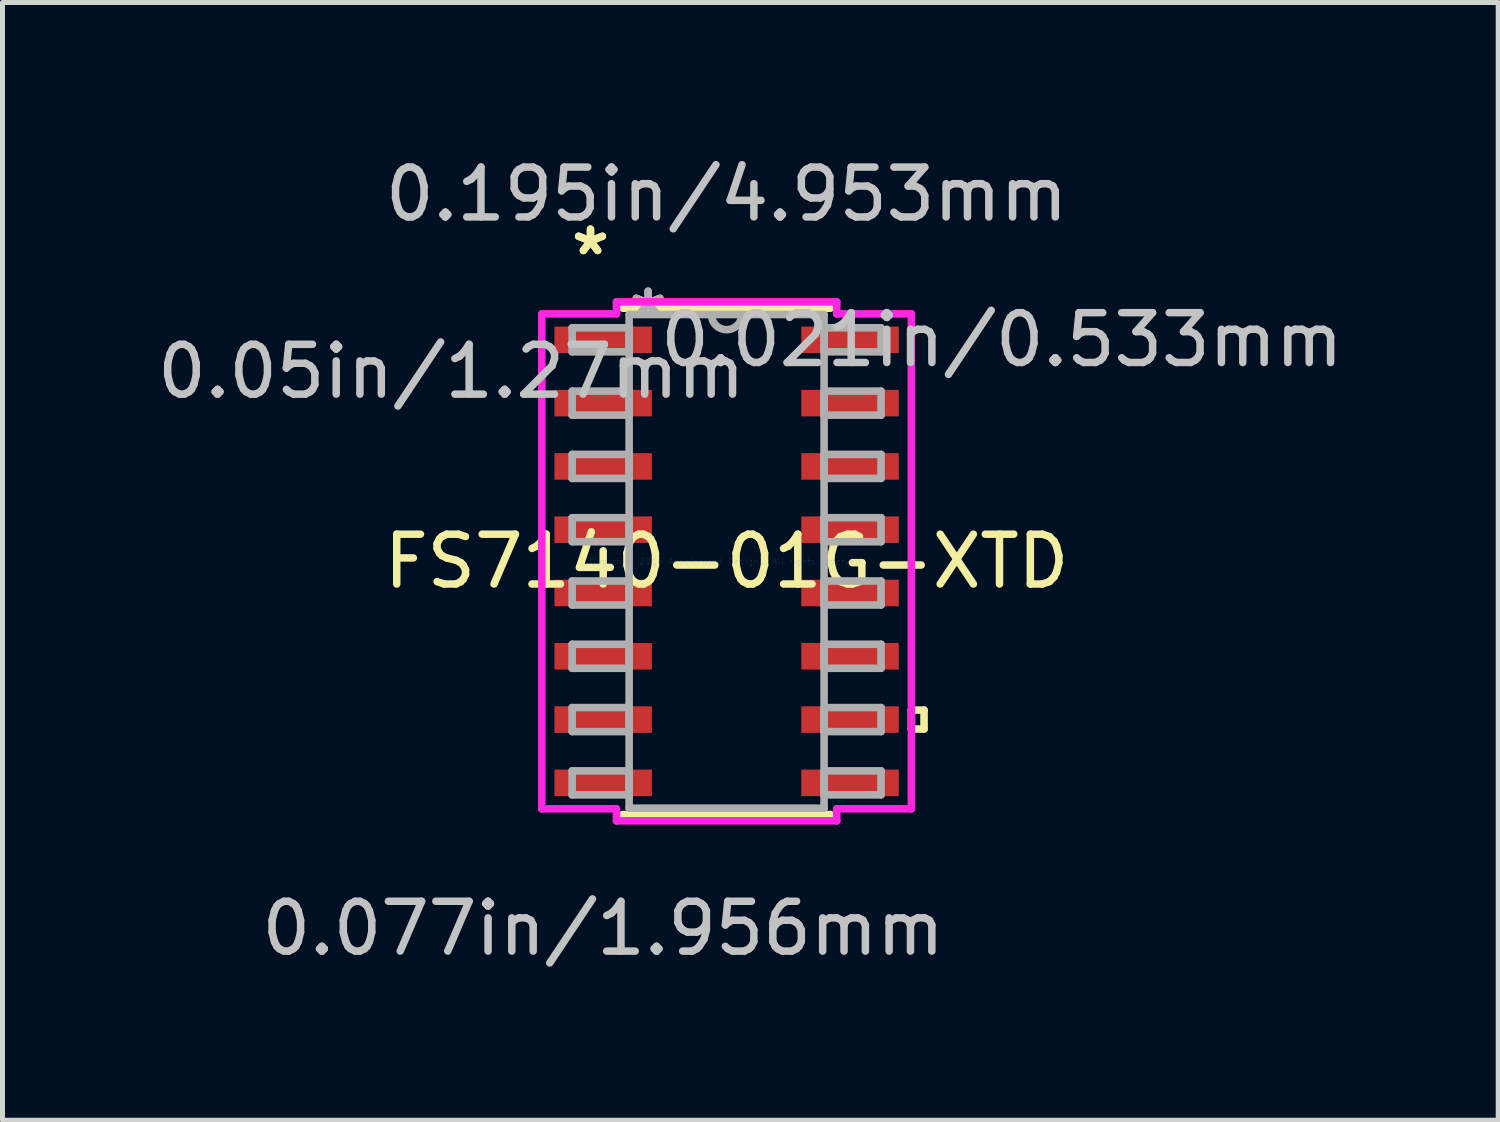
<source format=kicad_pcb>
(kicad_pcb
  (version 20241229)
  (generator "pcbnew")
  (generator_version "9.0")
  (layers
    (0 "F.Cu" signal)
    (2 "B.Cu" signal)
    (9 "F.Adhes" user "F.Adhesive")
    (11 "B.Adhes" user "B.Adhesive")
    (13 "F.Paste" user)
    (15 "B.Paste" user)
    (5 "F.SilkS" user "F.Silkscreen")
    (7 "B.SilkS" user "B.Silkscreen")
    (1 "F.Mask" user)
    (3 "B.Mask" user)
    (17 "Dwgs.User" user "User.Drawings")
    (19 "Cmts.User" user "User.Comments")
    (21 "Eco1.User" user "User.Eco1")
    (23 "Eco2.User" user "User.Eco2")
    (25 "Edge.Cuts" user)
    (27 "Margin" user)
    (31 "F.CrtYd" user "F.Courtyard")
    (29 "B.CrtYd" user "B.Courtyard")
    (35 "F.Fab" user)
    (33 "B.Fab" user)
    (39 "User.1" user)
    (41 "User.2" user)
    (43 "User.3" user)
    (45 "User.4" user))
  (footprint "FS7140-01G-XTD"
    (layer "F.Cu")
    (at 11.53 8.214)
    (property "Reference" "FS7140-01G-XTD" (at 0 0 0) (layer "F.SilkS") (effects (font (size 1 1) (thickness 0.15))))
    (attr through_hole)
    (fp_line (start -2.083 5.08) (end 2.083 5.08) (stroke (width 0.152) (type solid)) (layer "F.SilkS"))
    (fp_line (start 2.083 -5.08) (end -2.083 -5.08) (stroke (width 0.152) (type solid)) (layer "F.SilkS"))
    (fp_line (start 3.708 2.985) (end 3.962 2.985) (stroke (width 0.152) (type solid)) (layer "F.SilkS"))
    (fp_line (start 3.708 3.365) (end 3.708 2.985) (stroke (width 0.152) (type solid)) (layer "F.SilkS"))
    (fp_line (start 3.962 2.985) (end 3.962 3.365) (stroke (width 0.152) (type solid)) (layer "F.SilkS"))
    (fp_line (start 3.962 3.365) (end 3.708 3.365) (stroke (width 0.152) (type solid)) (layer "F.SilkS"))
    (fp_line (start -3.708 -4.966) (end -2.21 -4.966) (stroke (width 0.152) (type solid)) (layer "F.CrtYd"))
    (fp_line (start -3.708 4.966) (end -3.708 -4.966) (stroke (width 0.152) (type solid)) (layer "F.CrtYd"))
    (fp_line (start -2.21 -5.207) (end 2.21 -5.207) (stroke (width 0.152) (type solid)) (layer "F.CrtYd"))
    (fp_line (start -2.21 -4.966) (end -2.21 -5.207) (stroke (width 0.152) (type solid)) (layer "F.CrtYd"))
    (fp_line (start -2.21 4.966) (end -3.708 4.966) (stroke (width 0.152) (type solid)) (layer "F.CrtYd"))
    (fp_line (start -2.21 5.207) (end -2.21 4.966) (stroke (width 0.152) (type solid)) (layer "F.CrtYd"))
    (fp_line (start 2.21 -5.207) (end 2.21 -4.966) (stroke (width 0.152) (type solid)) (layer "F.CrtYd"))
    (fp_line (start 2.21 -4.966) (end 3.708 -4.966) (stroke (width 0.152) (type solid)) (layer "F.CrtYd"))
    (fp_line (start 2.21 4.966) (end 2.21 5.207) (stroke (width 0.152) (type solid)) (layer "F.CrtYd"))
    (fp_line (start 2.21 5.207) (end -2.21 5.207) (stroke (width 0.152) (type solid)) (layer "F.CrtYd"))
    (fp_line (start 3.708 -4.966) (end 3.708 4.966) (stroke (width 0.152) (type solid)) (layer "F.CrtYd"))
    (fp_line (start 3.708 4.966) (end 2.21 4.966) (stroke (width 0.152) (type solid)) (layer "F.CrtYd"))
    (fp_line (start -3.099 -4.686) (end -3.099 -4.204) (stroke (width 0.152) (type solid)) (layer "F.Fab"))
    (fp_line (start -3.099 -4.204) (end -1.956 -4.204) (stroke (width 0.152) (type solid)) (layer "F.Fab"))
    (fp_line (start -3.099 -3.416) (end -3.099 -2.934) (stroke (width 0.152) (type solid)) (layer "F.Fab"))
    (fp_line (start -3.099 -2.934) (end -1.956 -2.934) (stroke (width 0.152) (type solid)) (layer "F.Fab"))
    (fp_line (start -3.099 -2.146) (end -3.099 -1.664) (stroke (width 0.152) (type solid)) (layer "F.Fab"))
    (fp_line (start -3.099 -1.664) (end -1.956 -1.664) (stroke (width 0.152) (type solid)) (layer "F.Fab"))
    (fp_line (start -3.099 -0.876) (end -3.099 -0.394) (stroke (width 0.152) (type solid)) (layer "F.Fab"))
    (fp_line (start -3.099 -0.394) (end -1.956 -0.394) (stroke (width 0.152) (type solid)) (layer "F.Fab"))
    (fp_line (start -3.099 0.394) (end -3.099 0.876) (stroke (width 0.152) (type solid)) (layer "F.Fab"))
    (fp_line (start -3.099 0.876) (end -1.956 0.876) (stroke (width 0.152) (type solid)) (layer "F.Fab"))
    (fp_line (start -3.099 1.664) (end -3.099 2.146) (stroke (width 0.152) (type solid)) (layer "F.Fab"))
    (fp_line (start -3.099 2.146) (end -1.956 2.146) (stroke (width 0.152) (type solid)) (layer "F.Fab"))
    (fp_line (start -3.099 2.934) (end -3.099 3.416) (stroke (width 0.152) (type solid)) (layer "F.Fab"))
    (fp_line (start -3.099 3.416) (end -1.956 3.416) (stroke (width 0.152) (type solid)) (layer "F.Fab"))
    (fp_line (start -3.099 4.204) (end -3.099 4.686) (stroke (width 0.152) (type solid)) (layer "F.Fab"))
    (fp_line (start -3.099 4.686) (end -1.956 4.686) (stroke (width 0.152) (type solid)) (layer "F.Fab"))
    (fp_line (start -1.956 -4.953) (end -1.956 4.953) (stroke (width 0.152) (type solid)) (layer "F.Fab"))
    (fp_line (start -1.956 -4.686) (end -3.099 -4.686) (stroke (width 0.152) (type solid)) (layer "F.Fab"))
    (fp_line (start -1.956 -4.204) (end -1.956 -4.686) (stroke (width 0.152) (type solid)) (layer "F.Fab"))
    (fp_line (start -1.956 -3.416) (end -3.099 -3.416) (stroke (width 0.152) (type solid)) (layer "F.Fab"))
    (fp_line (start -1.956 -2.934) (end -1.956 -3.416) (stroke (width 0.152) (type solid)) (layer "F.Fab"))
    (fp_line (start -1.956 -2.146) (end -3.099 -2.146) (stroke (width 0.152) (type solid)) (layer "F.Fab"))
    (fp_line (start -1.956 -1.664) (end -1.956 -2.146) (stroke (width 0.152) (type solid)) (layer "F.Fab"))
    (fp_line (start -1.956 -0.876) (end -3.099 -0.876) (stroke (width 0.152) (type solid)) (layer "F.Fab"))
    (fp_line (start -1.956 -0.394) (end -1.956 -0.876) (stroke (width 0.152) (type solid)) (layer "F.Fab"))
    (fp_line (start -1.956 0.394) (end -3.099 0.394) (stroke (width 0.152) (type solid)) (layer "F.Fab"))
    (fp_line (start -1.956 0.876) (end -1.956 0.394) (stroke (width 0.152) (type solid)) (layer "F.Fab"))
    (fp_line (start -1.956 1.664) (end -3.099 1.664) (stroke (width 0.152) (type solid)) (layer "F.Fab"))
    (fp_line (start -1.956 2.146) (end -1.956 1.664) (stroke (width 0.152) (type solid)) (layer "F.Fab"))
    (fp_line (start -1.956 2.934) (end -3.099 2.934) (stroke (width 0.152) (type solid)) (layer "F.Fab"))
    (fp_line (start -1.956 3.416) (end -1.956 2.934) (stroke (width 0.152) (type solid)) (layer "F.Fab"))
    (fp_line (start -1.956 4.204) (end -3.099 4.204) (stroke (width 0.152) (type solid)) (layer "F.Fab"))
    (fp_line (start -1.956 4.686) (end -1.956 4.204) (stroke (width 0.152) (type solid)) (layer "F.Fab"))
    (fp_line (start -1.956 4.953) (end 1.956 4.953) (stroke (width 0.152) (type solid)) (layer "F.Fab"))
    (fp_line (start 1.956 -4.953) (end -1.956 -4.953) (stroke (width 0.152) (type solid)) (layer "F.Fab"))
    (fp_line (start 1.956 -4.686) (end 1.956 -4.204) (stroke (width 0.152) (type solid)) (layer "F.Fab"))
    (fp_line (start 1.956 -4.204) (end 3.099 -4.204) (stroke (width 0.152) (type solid)) (layer "F.Fab"))
    (fp_line (start 1.956 -3.416) (end 1.956 -2.934) (stroke (width 0.152) (type solid)) (layer "F.Fab"))
    (fp_line (start 1.956 -2.934) (end 3.099 -2.934) (stroke (width 0.152) (type solid)) (layer "F.Fab"))
    (fp_line (start 1.956 -2.146) (end 1.956 -1.664) (stroke (width 0.152) (type solid)) (layer "F.Fab"))
    (fp_line (start 1.956 -1.664) (end 3.099 -1.664) (stroke (width 0.152) (type solid)) (layer "F.Fab"))
    (fp_line (start 1.956 -0.876) (end 1.956 -0.394) (stroke (width 0.152) (type solid)) (layer "F.Fab"))
    (fp_line (start 1.956 -0.394) (end 3.099 -0.394) (stroke (width 0.152) (type solid)) (layer "F.Fab"))
    (fp_line (start 1.956 0.394) (end 1.956 0.876) (stroke (width 0.152) (type solid)) (layer "F.Fab"))
    (fp_line (start 1.956 0.876) (end 3.099 0.876) (stroke (width 0.152) (type solid)) (layer "F.Fab"))
    (fp_line (start 1.956 1.664) (end 1.956 2.146) (stroke (width 0.152) (type solid)) (layer "F.Fab"))
    (fp_line (start 1.956 2.146) (end 3.099 2.146) (stroke (width 0.152) (type solid)) (layer "F.Fab"))
    (fp_line (start 1.956 2.934) (end 1.956 3.416) (stroke (width 0.152) (type solid)) (layer "F.Fab"))
    (fp_line (start 1.956 3.416) (end 3.099 3.416) (stroke (width 0.152) (type solid)) (layer "F.Fab"))
    (fp_line (start 1.956 4.204) (end 1.956 4.686) (stroke (width 0.152) (type solid)) (layer "F.Fab"))
    (fp_line (start 1.956 4.686) (end 3.099 4.686) (stroke (width 0.152) (type solid)) (layer "F.Fab"))
    (fp_line (start 1.956 4.953) (end 1.956 -4.953) (stroke (width 0.152) (type solid)) (layer "F.Fab"))
    (fp_line (start 3.099 -4.686) (end 1.956 -4.686) (stroke (width 0.152) (type solid)) (layer "F.Fab"))
    (fp_line (start 3.099 -4.204) (end 3.099 -4.686) (stroke (width 0.152) (type solid)) (layer "F.Fab"))
    (fp_line (start 3.099 -3.416) (end 1.956 -3.416) (stroke (width 0.152) (type solid)) (layer "F.Fab"))
    (fp_line (start 3.099 -2.934) (end 3.099 -3.416) (stroke (width 0.152) (type solid)) (layer "F.Fab"))
    (fp_line (start 3.099 -2.146) (end 1.956 -2.146) (stroke (width 0.152) (type solid)) (layer "F.Fab"))
    (fp_line (start 3.099 -1.664) (end 3.099 -2.146) (stroke (width 0.152) (type solid)) (layer "F.Fab"))
    (fp_line (start 3.099 -0.876) (end 1.956 -0.876) (stroke (width 0.152) (type solid)) (layer "F.Fab"))
    (fp_line (start 3.099 -0.394) (end 3.099 -0.876) (stroke (width 0.152) (type solid)) (layer "F.Fab"))
    (fp_line (start 3.099 0.394) (end 1.956 0.394) (stroke (width 0.152) (type solid)) (layer "F.Fab"))
    (fp_line (start 3.099 0.876) (end 3.099 0.394) (stroke (width 0.152) (type solid)) (layer "F.Fab"))
    (fp_line (start 3.099 1.664) (end 1.956 1.664) (stroke (width 0.152) (type solid)) (layer "F.Fab"))
    (fp_line (start 3.099 2.146) (end 3.099 1.664) (stroke (width 0.152) (type solid)) (layer "F.Fab"))
    (fp_line (start 3.099 2.934) (end 1.956 2.934) (stroke (width 0.152) (type solid)) (layer "F.Fab"))
    (fp_line (start 3.099 3.416) (end 3.099 2.934) (stroke (width 0.152) (type solid)) (layer "F.Fab"))
    (fp_line (start 3.099 4.204) (end 1.956 4.204) (stroke (width 0.152) (type solid)) (layer "F.Fab"))
    (fp_line (start 3.099 4.686) (end 3.099 4.204) (stroke (width 0.152) (type solid)) (layer "F.Fab"))
    (fp_arc (start 0.3048 -4.953) (mid 0 -4.6482) (end -0.3048 -4.953) (stroke (width 0.1524) (type solid)) (layer "F.Fab"))
    (fp_text user "*" (at -2.731 -6.121 0) (layer "F.SilkS") (effects (font (size 1 1) (thickness 0.15))))
    (fp_text user "*" (at -2.731 -6.121 0) (layer "F.SilkS") (effects (font (size 1 1) (thickness 0.15))))
    (fp_text user "0.021in/0.533mm" (at 5.524 -4.445 0) (layer "Dwgs.User") (effects (font (size 1 1) (thickness 0.15))))
    (fp_text user "0.195in/4.953mm" (at 0 -7.366 0) (layer "Dwgs.User") (effects (font (size 1 1) (thickness 0.15))))
    (fp_text user "0.05in/1.27mm" (at -5.524 -3.81 0) (layer "Dwgs.User") (effects (font (size 1 1) (thickness 0.15))))
    (fp_text user "0.077in/1.956mm" (at -2.477 7.366 0) (layer "Dwgs.User") (effects (font (size 1 1) (thickness 0.15))))
    (fp_text user "Copyright 2016 Accelerated Designs. All rights reserved." (at 0 0 0) (layer "Cmts.User") (effects (font (size 0.127 0.127) (thickness 0.002))))
    (fp_text user "*" (at -1.575 -4.877 0) (layer "F.Fab") (effects (font (size 1 1) (thickness 0.15))))
    (fp_text user "*" (at -1.575 -4.877 0) (layer "F.Fab") (effects (font (size 1 1) (thickness 0.15))))
    (pad "1" smd rect (at -2.477 -4.445) (size 1.956 0.533) (layers "F.Cu" "F.Mask" "F.Paste"))
    (pad "2" smd rect (at -2.477 -3.175) (size 1.956 0.533) (layers "F.Cu" "F.Mask" "F.Paste"))
    (pad "3" smd rect (at -2.477 -1.905) (size 1.956 0.533) (layers "F.Cu" "F.Mask" "F.Paste"))
    (pad "4" smd rect (at -2.477 -0.635) (size 1.956 0.533) (layers "F.Cu" "F.Mask" "F.Paste"))
    (pad "5" smd rect (at -2.477 0.635) (size 1.956 0.533) (layers "F.Cu" "F.Mask" "F.Paste"))
    (pad "6" smd rect (at -2.477 1.905) (size 1.956 0.533) (layers "F.Cu" "F.Mask" "F.Paste"))
    (pad "7" smd rect (at -2.477 3.175) (size 1.956 0.533) (layers "F.Cu" "F.Mask" "F.Paste"))
    (pad "8" smd rect (at -2.477 4.445) (size 1.956 0.533) (layers "F.Cu" "F.Mask" "F.Paste"))
    (pad "9" smd rect (at 2.477 4.445) (size 1.956 0.533) (layers "F.Cu" "F.Mask" "F.Paste"))
    (pad "10" smd rect (at 2.477 3.175) (size 1.956 0.533) (layers "F.Cu" "F.Mask" "F.Paste"))
    (pad "11" smd rect (at 2.477 1.905) (size 1.956 0.533) (layers "F.Cu" "F.Mask" "F.Paste"))
    (pad "12" smd rect (at 2.477 0.635) (size 1.956 0.533) (layers "F.Cu" "F.Mask" "F.Paste"))
    (pad "13" smd rect (at 2.477 -0.635) (size 1.956 0.533) (layers "F.Cu" "F.Mask" "F.Paste"))
    (pad "14" smd rect (at 2.477 -1.905) (size 1.956 0.533) (layers "F.Cu" "F.Mask" "F.Paste"))
    (pad "15" smd rect (at 2.477 -3.175) (size 1.956 0.533) (layers "F.Cu" "F.Mask" "F.Paste"))
    (pad "16" smd rect (at 2.477 -4.445) (size 1.956 0.533) (layers "F.Cu" "F.Mask" "F.Paste")))
  (gr_rect
    (start -3 -3)
    (end 27.013 19.428)
    (stroke (width 0.1) (type default))
    (fill no)
    (layer "Edge.Cuts")))
</source>
